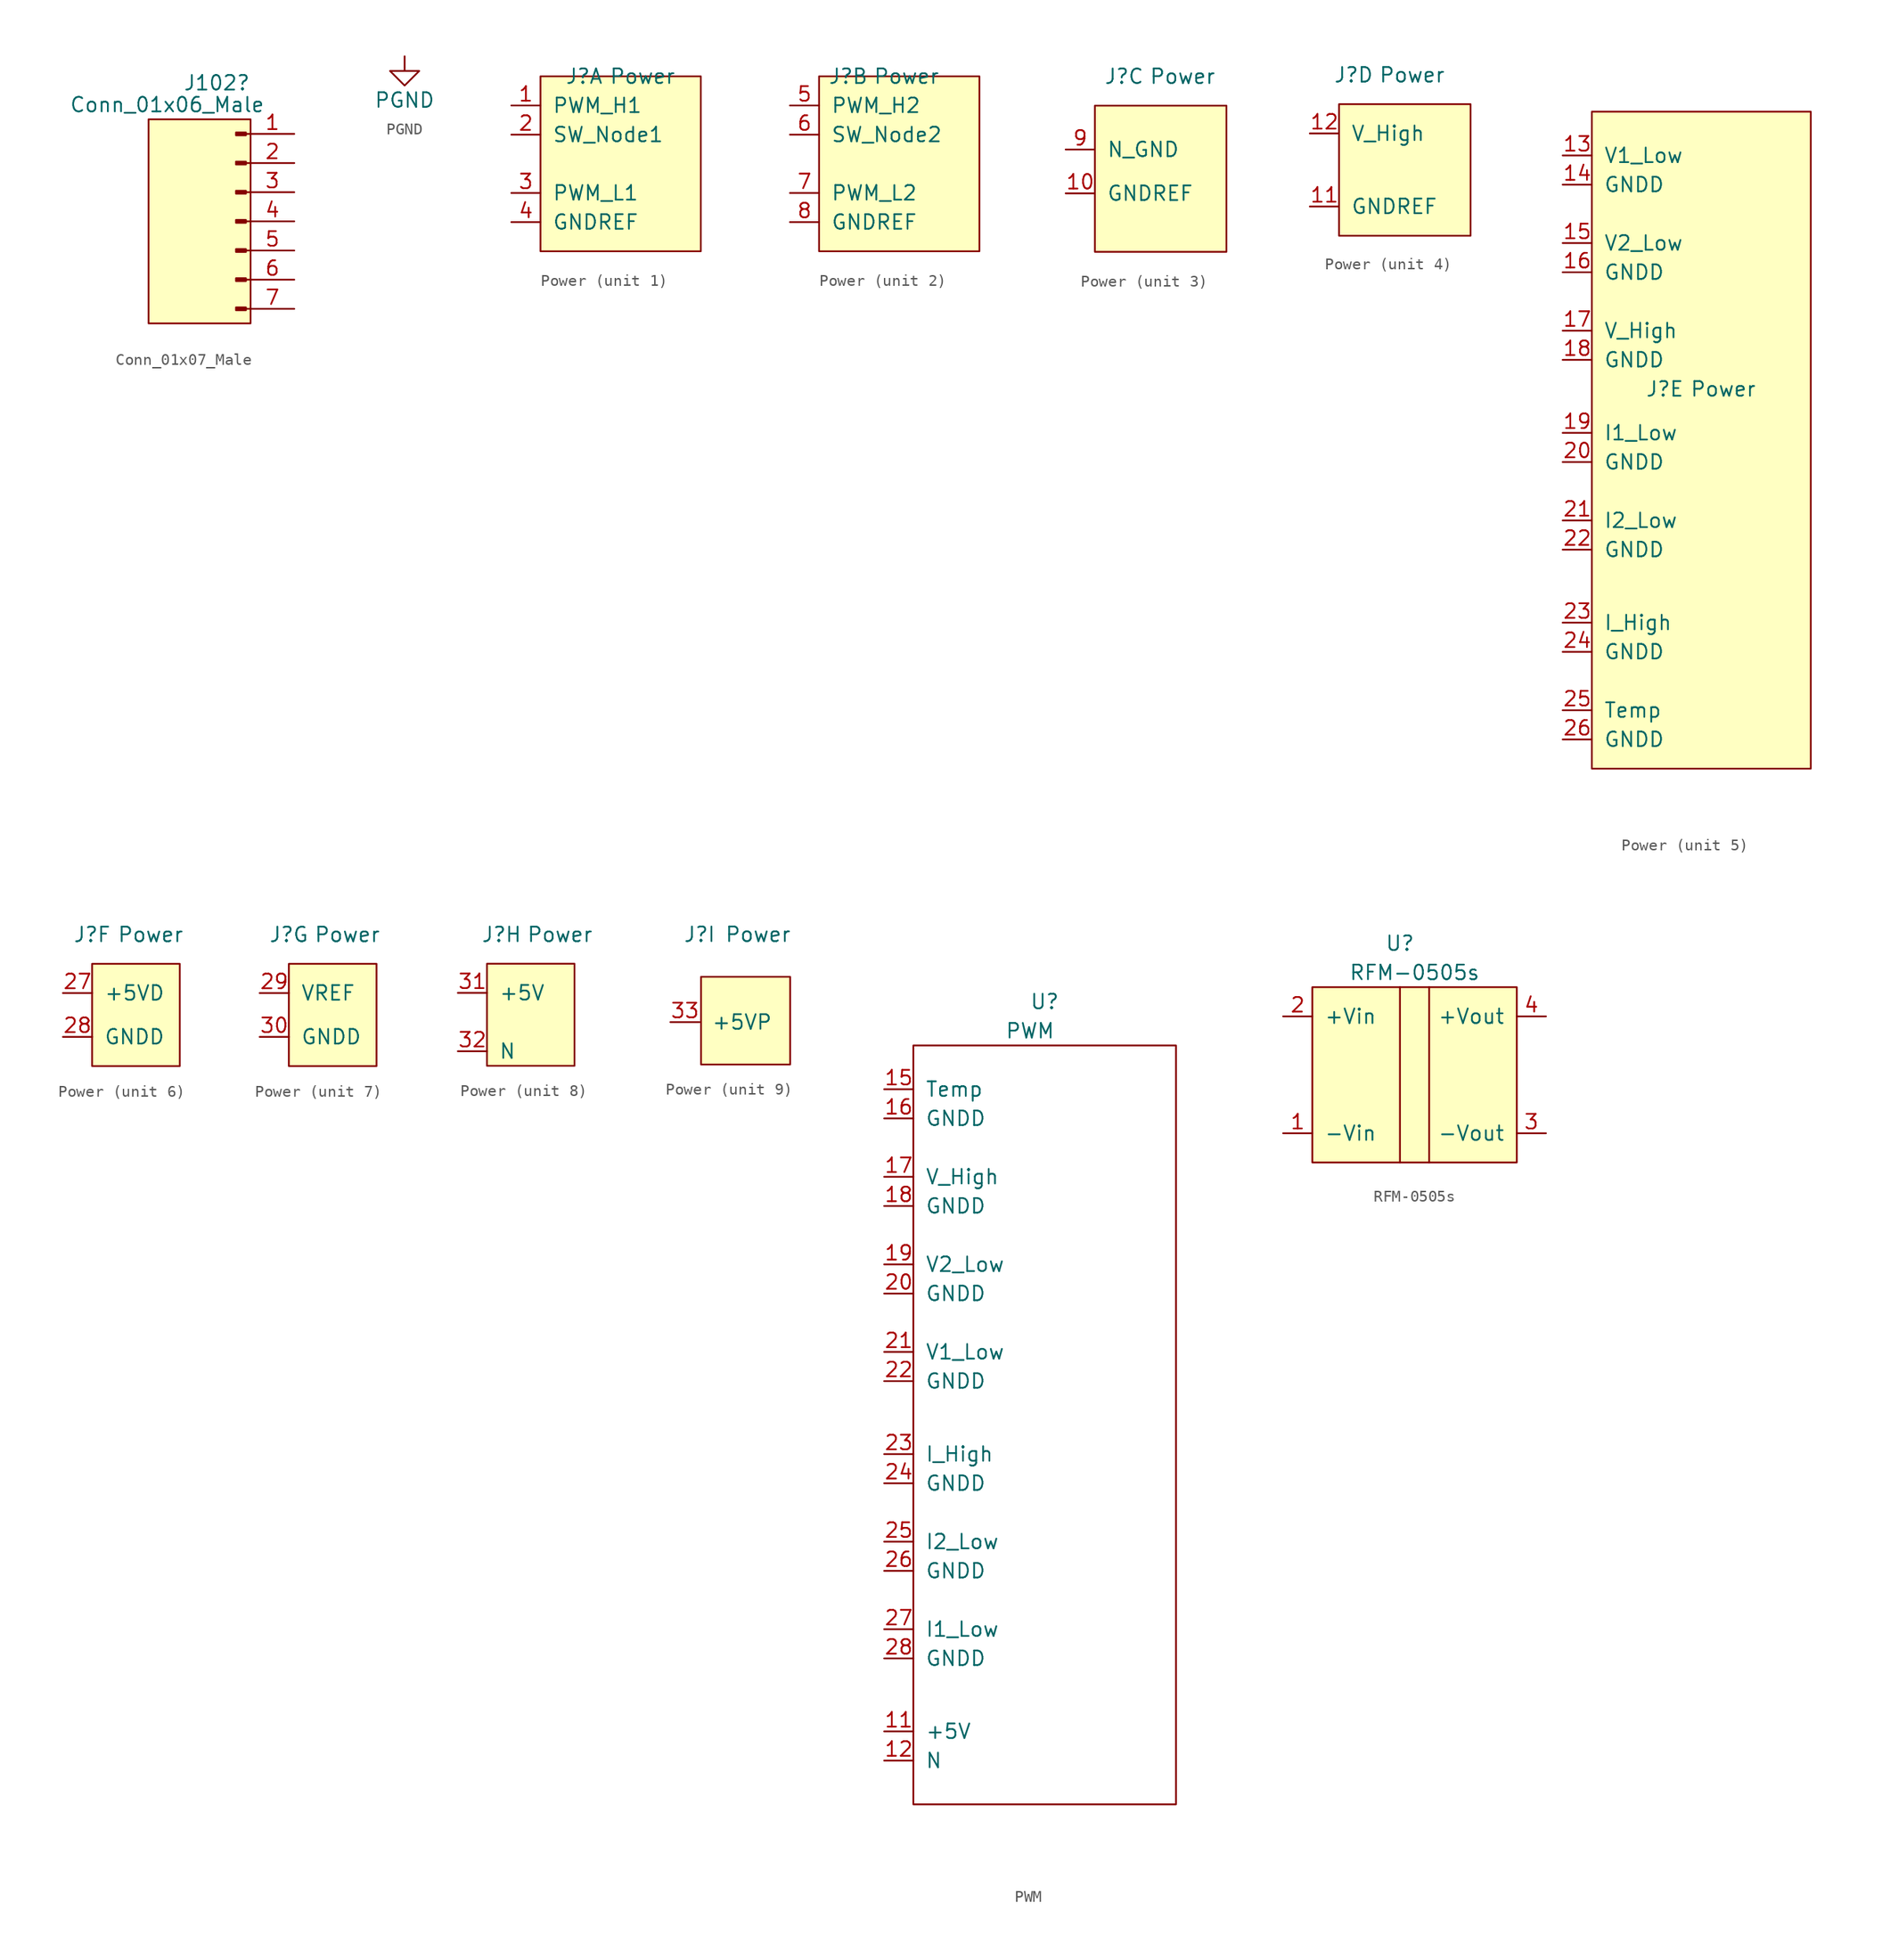
<source format=kicad_sym>
(kicad_symbol_lib
  (version 20220914)
  (generator kicad_symbol_editor)
  (symbol "Conn_01x07_Male"
    (pin_names
      (offset 1.016) hide)
    (property "Reference" "J102"
      (at 1.27 12.065 0)
      (effects (font (size 1.27 1.27)) (justify right)))
    (property "Value" "Conn_01x06_Male"
      (at 2.54 10.16 0)
      (effects (font (size 1.27 1.27)) (justify right)))
    (symbol "Conn_01x07_Male_0_1"
      (rectangle (start -7.62 8.89) (end 1.27 -8.89) (stroke (width 0) (type default)) (fill (type background))))
    (symbol "Conn_01x07_Male_1_1"
      (polyline (pts (xy 1.27 -7.62) (xy 0.864 -7.62)) (stroke (width 0.152) (type default)) (fill (type none)))
      (polyline (pts (xy 1.27 -5.08) (xy 0.864 -5.08)) (stroke (width 0.152) (type default)) (fill (type none)))
      (polyline (pts (xy 1.27 -2.54) (xy 0.864 -2.54)) (stroke (width 0.152) (type default)) (fill (type none)))
      (polyline (pts (xy 1.27 0) (xy 0.864 0)) (stroke (width 0.152) (type default)) (fill (type none)))
      (polyline (pts (xy 1.27 2.54) (xy 0.864 2.54)) (stroke (width 0.152) (type default)) (fill (type none)))
      (polyline (pts (xy 1.27 5.08) (xy 0.864 5.08)) (stroke (width 0.152) (type default)) (fill (type none)))
      (polyline (pts (xy 1.27 7.62) (xy 0.864 7.62)) (stroke (width 0.152) (type default)) (fill (type none)))
      (rectangle (start 0.864 -7.493) (end 0 -7.747) (stroke (width 0.152) (type default)) (fill (type outline)))
      (rectangle (start 0.864 -4.953) (end 0 -5.207) (stroke (width 0.152) (type default)) (fill (type outline)))
      (rectangle (start 0.864 -2.413) (end 0 -2.667) (stroke (width 0.152) (type default)) (fill (type outline)))
      (rectangle (start 0.864 0.127) (end 0 -0.127) (stroke (width 0.152) (type default)) (fill (type outline)))
      (rectangle (start 0.864 2.667) (end 0 2.413) (stroke (width 0.152) (type default)) (fill (type outline)))
      (rectangle (start 0.864 5.207) (end 0 4.953) (stroke (width 0.152) (type default)) (fill (type outline)))
      (rectangle (start 0.864 7.747) (end 0 7.493) (stroke (width 0.152) (type default)) (fill (type outline)))
      (pin passive line (at 5.08 7.62 180) (length 3.81) (name "Pin_1" (effects (font (size 1.27 1.27)))) (number "1" (effects (font (size 1.27 1.27)))))
      (pin passive line (at 5.08 5.08 180) (length 3.81) (name "Pin_2" (effects (font (size 1.27 1.27)))) (number "2" (effects (font (size 1.27 1.27)))))
      (pin passive line (at 5.08 2.54 180) (length 3.81) (name "Pin_3" (effects (font (size 1.27 1.27)))) (number "3" (effects (font (size 1.27 1.27)))))
      (pin passive line (at 5.08 0 180) (length 3.81) (name "Pin_4" (effects (font (size 1.27 1.27)))) (number "4" (effects (font (size 1.27 1.27)))))
      (pin passive line (at 5.08 -2.54 180) (length 3.81) (name "Pin_5" (effects (font (size 1.27 1.27)))) (number "5" (effects (font (size 1.27 1.27)))))
      (pin passive line (at 5.08 -5.08 180) (length 3.81) (name "Pin_6" (effects (font (size 1.27 1.27)))) (number "6" (effects (font (size 1.27 1.27)))))
      (pin passive line (at 5.08 -7.62 180) (length 3.81) (name "Pin_7" (effects (font (size 1.27 1.27)))) (number "7" (effects (font (size 1.27 1.27)))))))
  (symbol "PGND"
    (power)
    (pin_names
      (offset 0))
    (property "Reference" "#PWR"
      (at 0 -6.35 0)
      (effects (font (size 1.27 1.27)) hide))
    (property "Value" "PGND"
      (at 0 -3.81 0)
      (effects (font (size 1.27 1.27))))
    (symbol "PGND_0_1"
      (polyline (pts (xy 0 0) (xy 0 -1.27) (xy 1.27 -1.27) (xy 0 -2.54) (xy -1.27 -1.27) (xy 0 -1.27)) (stroke (width 0) (type default)) (fill (type none))))
    (symbol "PGND_1_1"
      (pin power_in line (at 0 0 270) (length 0) hide (name "PGND" (effects (font (size 1.27 1.27)))) (number "1" (effects (font (size 1.27 1.27)))))))
  (symbol "Power"
    (pin_names
      (offset 1.016))
    (property "Reference" "J"
      (at -3.81 7.62 0)
      (effects (font (size 1.27 1.27))))
    (property "Value" "Power"
      (at 1.27 7.62 0)
      (effects (font (size 1.27 1.27))))
    (property "ki_locked" ""
      (at 0 0 0)
      (effects (font (size 1.27 1.27))))
    (symbol "Power_1_1"
      (rectangle (start -7.62 7.62) (end 6.35 -7.62) (stroke (width 0) (type default)) (fill (type background)))
      (pin input line (at -10.16 5.08 0) (length 2.54) (name "PWM_H1" (effects (font (size 1.27 1.27)))) (number "1" (effects (font (size 1.27 1.27)))))
      (pin input line (at -10.16 2.54 0) (length 2.54) (name "SW_Node1" (effects (font (size 1.27 1.27)))) (number "2" (effects (font (size 1.27 1.27)))))
      (pin input line (at -10.16 -2.54 0) (length 2.54) (name "PWM_L1" (effects (font (size 1.27 1.27)))) (number "3" (effects (font (size 1.27 1.27)))))
      (pin input line (at -10.16 -5.08 0) (length 2.54) (name "GNDREF" (effects (font (size 1.27 1.27)))) (number "4" (effects (font (size 1.27 1.27))))))
    (symbol "Power_2_1"
      (rectangle (start -6.35 7.62) (end 7.62 -7.62) (stroke (width 0) (type default)) (fill (type background)))
      (pin input line (at -8.89 5.08 0) (length 2.54) (name "PWM_H2" (effects (font (size 1.27 1.27)))) (number "5" (effects (font (size 1.27 1.27)))))
      (pin input line (at -8.89 2.54 0) (length 2.54) (name "SW_Node2" (effects (font (size 1.27 1.27)))) (number "6" (effects (font (size 1.27 1.27)))))
      (pin input line (at -8.89 -2.54 0) (length 2.54) (name "PWM_L2" (effects (font (size 1.27 1.27)))) (number "7" (effects (font (size 1.27 1.27)))))
      (pin input line (at -8.89 -5.08 0) (length 2.54) (name "GNDREF" (effects (font (size 1.27 1.27)))) (number "8" (effects (font (size 1.27 1.27))))))
    (symbol "Power_3_1"
      (rectangle (start -6.35 5.08) (end 5.08 -7.62) (stroke (width 0) (type default)) (fill (type background)))
      (pin input line (at -8.89 -2.54 0) (length 2.54) (name "GNDREF" (effects (font (size 1.27 1.27)))) (number "10" (effects (font (size 1.27 1.27)))))
      (pin input line (at -8.89 1.27 0) (length 2.54) (name "N_GND" (effects (font (size 1.27 1.27)))) (number "9" (effects (font (size 1.27 1.27))))))
    (symbol "Power_4_1"
      (rectangle (start -5.08 5.08) (end 6.35 -6.35) (stroke (width 0) (type default)) (fill (type background)))
      (pin input line (at -7.62 -3.81 0) (length 2.54) (name "GNDREF" (effects (font (size 1.27 1.27)))) (number "11" (effects (font (size 1.27 1.27)))))
      (pin input line (at -7.62 2.54 0) (length 2.54) (name "V_High" (effects (font (size 1.27 1.27)))) (number "12" (effects (font (size 1.27 1.27))))))
    (symbol "Power_5_1"
      (rectangle (start -10.16 31.75) (end 8.89 -25.4) (stroke (width 0) (type default)) (fill (type background)))
      (pin input line (at -12.7 27.94 0) (length 2.54) (name "V1_Low" (effects (font (size 1.27 1.27)))) (number "13" (effects (font (size 1.27 1.27)))))
      (pin input line (at -12.7 25.4 0) (length 2.54) (name "GNDD" (effects (font (size 1.27 1.27)))) (number "14" (effects (font (size 1.27 1.27)))))
      (pin input line (at -12.7 20.32 0) (length 2.54) (name "V2_Low" (effects (font (size 1.27 1.27)))) (number "15" (effects (font (size 1.27 1.27)))))
      (pin input line (at -12.7 17.78 0) (length 2.54) (name "GNDD" (effects (font (size 1.27 1.27)))) (number "16" (effects (font (size 1.27 1.27)))))
      (pin input line (at -12.7 12.7 0) (length 2.54) (name "V_High" (effects (font (size 1.27 1.27)))) (number "17" (effects (font (size 1.27 1.27)))))
      (pin input line (at -12.7 10.16 0) (length 2.54) (name "GNDD" (effects (font (size 1.27 1.27)))) (number "18" (effects (font (size 1.27 1.27)))))
      (pin input line (at -12.7 3.81 0) (length 2.54) (name "I1_Low" (effects (font (size 1.27 1.27)))) (number "19" (effects (font (size 1.27 1.27)))))
      (pin input line (at -12.7 1.27 0) (length 2.54) (name "GNDD" (effects (font (size 1.27 1.27)))) (number "20" (effects (font (size 1.27 1.27)))))
      (pin input line (at -12.7 -3.81 0) (length 2.54) (name "I2_Low" (effects (font (size 1.27 1.27)))) (number "21" (effects (font (size 1.27 1.27)))))
      (pin input line (at -12.7 -6.35 0) (length 2.54) (name "GNDD" (effects (font (size 1.27 1.27)))) (number "22" (effects (font (size 1.27 1.27)))))
      (pin input line (at -12.7 -12.7 0) (length 2.54) (name "I_High" (effects (font (size 1.27 1.27)))) (number "23" (effects (font (size 1.27 1.27)))))
      (pin input line (at -12.7 -15.24 0) (length 2.54) (name "GNDD" (effects (font (size 1.27 1.27)))) (number "24" (effects (font (size 1.27 1.27)))))
      (pin input line (at -12.7 -20.32 0) (length 2.54) (name "Temp" (effects (font (size 1.27 1.27)))) (number "25" (effects (font (size 1.27 1.27)))))
      (pin input line (at -12.7 -22.86 0) (length 2.54) (name "GNDD" (effects (font (size 1.27 1.27)))) (number "26" (effects (font (size 1.27 1.27))))))
    (symbol "Power_6_1"
      (rectangle (start -3.81 5.08) (end 3.81 -3.81) (stroke (width 0) (type default)) (fill (type background)))
      (pin output line (at -6.35 2.54 0) (length 2.54) (name "+5VD" (effects (font (size 1.27 1.27)))) (number "27" (effects (font (size 1.27 1.27)))))
      (pin output line (at -6.35 -1.27 0) (length 2.54) (name "GNDD" (effects (font (size 1.27 1.27)))) (number "28" (effects (font (size 1.27 1.27))))))
    (symbol "Power_7_1"
      (rectangle (start -3.81 5.08) (end 3.81 -3.81) (stroke (width 0) (type default)) (fill (type background)))
      (pin output line (at -6.35 2.54 0) (length 2.54) (name "VREF" (effects (font (size 1.27 1.27)))) (number "29" (effects (font (size 1.27 1.27)))))
      (pin output line (at -6.35 -1.27 0) (length 2.54) (name "GNDD" (effects (font (size 1.27 1.27)))) (number "30" (effects (font (size 1.27 1.27))))))
    (symbol "Power_8_1"
      (rectangle (start -5.08 5.08) (end 2.54 -3.81) (stroke (width 0) (type default)) (fill (type background)))
      (pin output line (at -7.62 2.54 0) (length 2.54) (name "+5V" (effects (font (size 1.27 1.27)))) (number "31" (effects (font (size 1.27 1.27)))))
      (pin output line (at -7.62 -2.54 0) (length 2.54) (name "N" (effects (font (size 1.27 1.27)))) (number "32" (effects (font (size 1.27 1.27))))))
    (symbol "Power_9_1"
      (rectangle (start -3.683 3.937) (end 4.064 -3.683) (stroke (width 0) (type default)) (fill (type background)))
      (pin input line (at -6.35 0 0) (length 2.54) (name "+5VP" (effects (font (size 1.27 1.27)))) (number "33" (effects (font (size 1.27 1.27)))))))
  (symbol "PWM"
    (pin_names
      (offset 1.016))
    (property "Reference" "U"
      (at -5.08 35.56 0)
      (effects (font (size 1.27 1.27))))
    (property "Value" "PWM"
      (at -6.35 33.02 0)
      (effects (font (size 1.27 1.27))))
    (symbol "PWM_0_1"
      (rectangle (start -16.51 31.75) (end 6.35 -34.29) (stroke (width 0) (type default)) (fill (type none))))
    (symbol "PWM_1_1"
      (pin output line (at -19.05 -27.94 0) (length 2.54) (name "+5V" (effects (font (size 1.27 1.27)))) (number "11" (effects (font (size 1.27 1.27)))))
      (pin output line (at -19.05 -30.48 0) (length 2.54) (name "N" (effects (font (size 1.27 1.27)))) (number "12" (effects (font (size 1.27 1.27)))))
      (pin input line (at -19.05 27.94 0) (length 2.54) (name "Temp" (effects (font (size 1.27 1.27)))) (number "15" (effects (font (size 1.27 1.27)))))
      (pin input line (at -19.05 25.4 0) (length 2.54) (name "GNDD" (effects (font (size 1.27 1.27)))) (number "16" (effects (font (size 1.27 1.27)))))
      (pin input line (at -19.05 20.32 0) (length 2.54) (name "V_High" (effects (font (size 1.27 1.27)))) (number "17" (effects (font (size 1.27 1.27)))))
      (pin input line (at -19.05 17.78 0) (length 2.54) (name "GNDD" (effects (font (size 1.27 1.27)))) (number "18" (effects (font (size 1.27 1.27)))))
      (pin input line (at -19.05 12.7 0) (length 2.54) (name "V2_Low" (effects (font (size 1.27 1.27)))) (number "19" (effects (font (size 1.27 1.27)))))
      (pin input line (at -19.05 10.16 0) (length 2.54) (name "GNDD" (effects (font (size 1.27 1.27)))) (number "20" (effects (font (size 1.27 1.27)))))
      (pin input line (at -19.05 5.08 0) (length 2.54) (name "V1_Low" (effects (font (size 1.27 1.27)))) (number "21" (effects (font (size 1.27 1.27)))))
      (pin input line (at -19.05 2.54 0) (length 2.54) (name "GNDD" (effects (font (size 1.27 1.27)))) (number "22" (effects (font (size 1.27 1.27)))))
      (pin input line (at -19.05 -3.81 0) (length 2.54) (name "I_High" (effects (font (size 1.27 1.27)))) (number "23" (effects (font (size 1.27 1.27)))))
      (pin input line (at -19.05 -6.35 0) (length 2.54) (name "GNDD" (effects (font (size 1.27 1.27)))) (number "24" (effects (font (size 1.27 1.27)))))
      (pin input line (at -19.05 -11.43 0) (length 2.54) (name "I2_Low" (effects (font (size 1.27 1.27)))) (number "25" (effects (font (size 1.27 1.27)))))
      (pin input line (at -19.05 -13.97 0) (length 2.54) (name "GNDD" (effects (font (size 1.27 1.27)))) (number "26" (effects (font (size 1.27 1.27)))))
      (pin input line (at -19.05 -19.05 0) (length 2.54) (name "I1_Low" (effects (font (size 1.27 1.27)))) (number "27" (effects (font (size 1.27 1.27)))))
      (pin input line (at -19.05 -21.59 0) (length 2.54) (name "GNDD" (effects (font (size 1.27 1.27)))) (number "28" (effects (font (size 1.27 1.27)))))))
  (symbol "RFM-0505s"
    (pin_names
      (offset 1.016))
    (property "Reference" "U"
      (at -1.27 11.43 0)
      (effects (font (size 1.27 1.27))))
    (property "Value" "RFM-0505s"
      (at 0 8.89 0)
      (effects (font (size 1.27 1.27))))
    (symbol "RFM-0505s_0_1"
      (rectangle (start -8.89 7.62) (end 8.89 -7.62) (stroke (width 0) (type default)) (fill (type background)))
      (rectangle (start -1.27 7.62) (end -1.27 -7.62) (stroke (width 0) (type default)) (fill (type none)))
      (rectangle (start 1.27 7.62) (end 1.27 -7.62) (stroke (width 0) (type default)) (fill (type none))))
    (symbol "RFM-0505s_1_1"
      (pin input line (at -11.43 -5.08 0) (length 2.54) (name "-Vin" (effects (font (size 1.27 1.27)))) (number "1" (effects (font (size 1.27 1.27)))))
      (pin input line (at -11.43 5.08 0) (length 2.54) (name "+Vin" (effects (font (size 1.27 1.27)))) (number "2" (effects (font (size 1.27 1.27)))))
      (pin input line (at 11.43 -5.08 180) (length 2.54) (name "-Vout" (effects (font (size 1.27 1.27)))) (number "3" (effects (font (size 1.27 1.27)))))
      (pin input line (at 11.43 5.08 180) (length 2.54) (name "+Vout" (effects (font (size 1.27 1.27)))) (number "4" (effects (font (size 1.27 1.27))))))))
</source>
